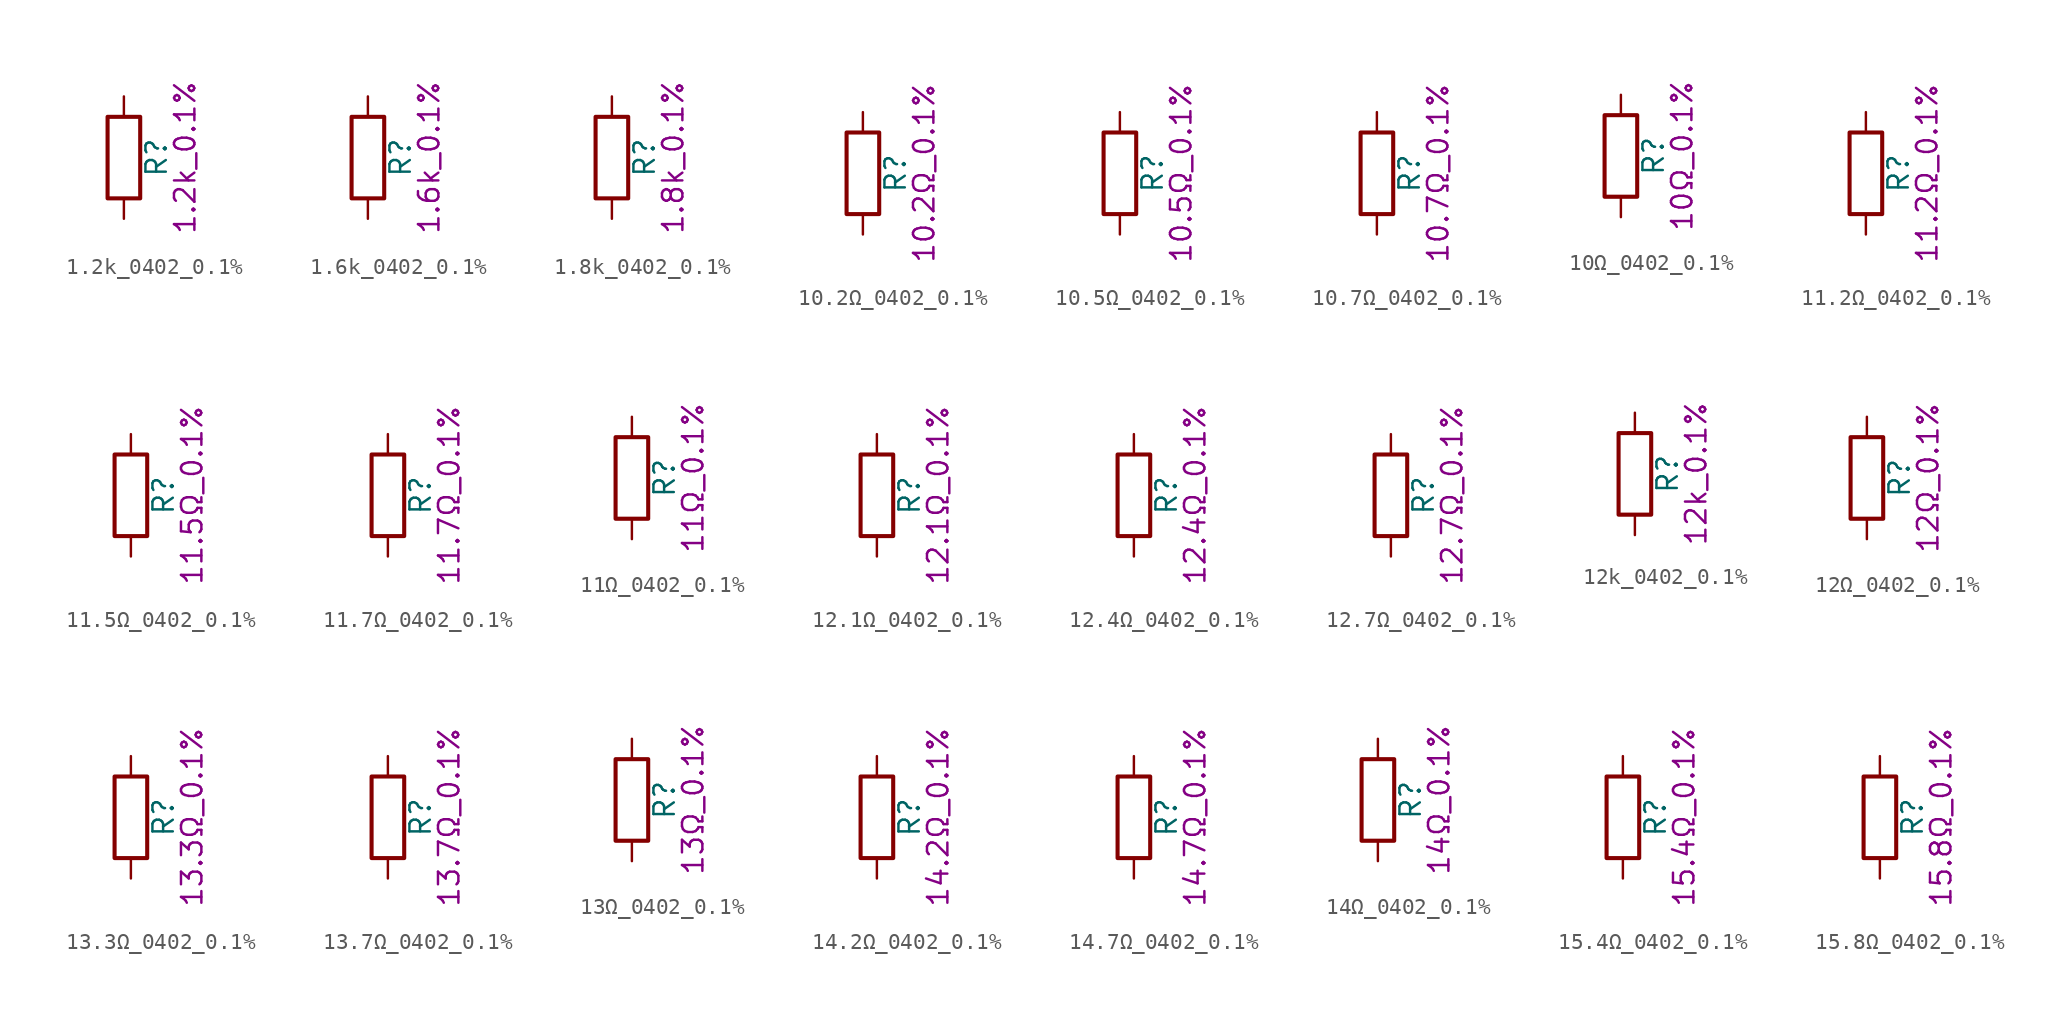
<source format=kicad_sym>
(kicad_symbol_lib
  (version 20211014)
  (generator kicad_symbol_editor)
  (symbol "1.2k_0402_0.1%"
    (pin_numbers hide)
    (pin_names
      (offset 0))
    (property "Reference" "R"
      (at 2.032 0 90)
      (effects (font (size 1.27 1.27))))
    (property "Display" "1.2k_0.1%"
      (at 3.81 0 90)
      (effects (font (size 1.27 1.27))))
    (symbol "1.2k_0402_0.1%_0_1"
      (rectangle (start -1.016 -2.54) (end 1.016 2.54) (stroke (width 0.254) (type default) (color 0 0 0 0)) (fill (type none))))
    (symbol "1.2k_0402_0.1%_1_1"
      (pin passive line (at 0 3.81 270) (length 1.27) (name "~" (effects (font (size 1.27 1.27)))) (number "1" (effects (font (size 1.27 1.27)))))
      (pin passive line (at 0 -3.81 90) (length 1.27) (name "~" (effects (font (size 1.27 1.27)))) (number "2" (effects (font (size 1.27 1.27)))))))
  (symbol "1.6k_0402_0.1%"
    (pin_numbers hide)
    (pin_names
      (offset 0))
    (property "Reference" "R"
      (at 2.032 0 90)
      (effects (font (size 1.27 1.27))))
    (property "Display" "1.6k_0.1%"
      (at 3.81 0 90)
      (effects (font (size 1.27 1.27))))
    (symbol "1.6k_0402_0.1%_0_1"
      (rectangle (start -1.016 -2.54) (end 1.016 2.54) (stroke (width 0.254) (type default) (color 0 0 0 0)) (fill (type none))))
    (symbol "1.6k_0402_0.1%_1_1"
      (pin passive line (at 0 3.81 270) (length 1.27) (name "~" (effects (font (size 1.27 1.27)))) (number "1" (effects (font (size 1.27 1.27)))))
      (pin passive line (at 0 -3.81 90) (length 1.27) (name "~" (effects (font (size 1.27 1.27)))) (number "2" (effects (font (size 1.27 1.27)))))))
  (symbol "1.8k_0402_0.1%"
    (pin_numbers hide)
    (pin_names
      (offset 0))
    (property "Reference" "R"
      (at 2.032 0 90)
      (effects (font (size 1.27 1.27))))
    (property "Display" "1.8k_0.1%"
      (at 3.81 0 90)
      (effects (font (size 1.27 1.27))))
    (symbol "1.8k_0402_0.1%_0_1"
      (rectangle (start -1.016 -2.54) (end 1.016 2.54) (stroke (width 0.254) (type default) (color 0 0 0 0)) (fill (type none))))
    (symbol "1.8k_0402_0.1%_1_1"
      (pin passive line (at 0 3.81 270) (length 1.27) (name "~" (effects (font (size 1.27 1.27)))) (number "1" (effects (font (size 1.27 1.27)))))
      (pin passive line (at 0 -3.81 90) (length 1.27) (name "~" (effects (font (size 1.27 1.27)))) (number "2" (effects (font (size 1.27 1.27)))))))
  (symbol "10.2Ω_0402_0.1%"
    (pin_numbers hide)
    (pin_names
      (offset 0))
    (property "Reference" "R"
      (at 2.032 0 90)
      (effects (font (size 1.27 1.27))))
    (property "Display" "10.2Ω_0.1%"
      (at 3.81 0 90)
      (effects (font (size 1.27 1.27))))
    (symbol "10.2Ω_0402_0.1%_0_1"
      (rectangle (start -1.016 -2.54) (end 1.016 2.54) (stroke (width 0.254) (type default) (color 0 0 0 0)) (fill (type none))))
    (symbol "10.2Ω_0402_0.1%_1_1"
      (pin passive line (at 0 3.81 270) (length 1.27) (name "~" (effects (font (size 1.27 1.27)))) (number "1" (effects (font (size 1.27 1.27)))))
      (pin passive line (at 0 -3.81 90) (length 1.27) (name "~" (effects (font (size 1.27 1.27)))) (number "2" (effects (font (size 1.27 1.27)))))))
  (symbol "10.5Ω_0402_0.1%"
    (pin_numbers hide)
    (pin_names
      (offset 0))
    (property "Reference" "R"
      (at 2.032 0 90)
      (effects (font (size 1.27 1.27))))
    (property "Display" "10.5Ω_0.1%"
      (at 3.81 0 90)
      (effects (font (size 1.27 1.27))))
    (symbol "10.5Ω_0402_0.1%_0_1"
      (rectangle (start -1.016 -2.54) (end 1.016 2.54) (stroke (width 0.254) (type default) (color 0 0 0 0)) (fill (type none))))
    (symbol "10.5Ω_0402_0.1%_1_1"
      (pin passive line (at 0 3.81 270) (length 1.27) (name "~" (effects (font (size 1.27 1.27)))) (number "1" (effects (font (size 1.27 1.27)))))
      (pin passive line (at 0 -3.81 90) (length 1.27) (name "~" (effects (font (size 1.27 1.27)))) (number "2" (effects (font (size 1.27 1.27)))))))
  (symbol "10.7Ω_0402_0.1%"
    (pin_numbers hide)
    (pin_names
      (offset 0))
    (property "Reference" "R"
      (at 2.032 0 90)
      (effects (font (size 1.27 1.27))))
    (property "Display" "10.7Ω_0.1%"
      (at 3.81 0 90)
      (effects (font (size 1.27 1.27))))
    (symbol "10.7Ω_0402_0.1%_0_1"
      (rectangle (start -1.016 -2.54) (end 1.016 2.54) (stroke (width 0.254) (type default) (color 0 0 0 0)) (fill (type none))))
    (symbol "10.7Ω_0402_0.1%_1_1"
      (pin passive line (at 0 3.81 270) (length 1.27) (name "~" (effects (font (size 1.27 1.27)))) (number "1" (effects (font (size 1.27 1.27)))))
      (pin passive line (at 0 -3.81 90) (length 1.27) (name "~" (effects (font (size 1.27 1.27)))) (number "2" (effects (font (size 1.27 1.27)))))))
  (symbol "10Ω_0402_0.1%"
    (pin_numbers hide)
    (pin_names
      (offset 0))
    (property "Reference" "R"
      (at 2.032 0 90)
      (effects (font (size 1.27 1.27))))
    (property "Display" "10Ω_0.1%"
      (at 3.81 0 90)
      (effects (font (size 1.27 1.27))))
    (symbol "10Ω_0402_0.1%_0_1"
      (rectangle (start -1.016 -2.54) (end 1.016 2.54) (stroke (width 0.254) (type default) (color 0 0 0 0)) (fill (type none))))
    (symbol "10Ω_0402_0.1%_1_1"
      (pin passive line (at 0 3.81 270) (length 1.27) (name "~" (effects (font (size 1.27 1.27)))) (number "1" (effects (font (size 1.27 1.27)))))
      (pin passive line (at 0 -3.81 90) (length 1.27) (name "~" (effects (font (size 1.27 1.27)))) (number "2" (effects (font (size 1.27 1.27)))))))
  (symbol "11.2Ω_0402_0.1%"
    (pin_numbers hide)
    (pin_names
      (offset 0))
    (property "Reference" "R"
      (at 2.032 0 90)
      (effects (font (size 1.27 1.27))))
    (property "Display" "11.2Ω_0.1%"
      (at 3.81 0 90)
      (effects (font (size 1.27 1.27))))
    (symbol "11.2Ω_0402_0.1%_0_1"
      (rectangle (start -1.016 -2.54) (end 1.016 2.54) (stroke (width 0.254) (type default) (color 0 0 0 0)) (fill (type none))))
    (symbol "11.2Ω_0402_0.1%_1_1"
      (pin passive line (at 0 3.81 270) (length 1.27) (name "~" (effects (font (size 1.27 1.27)))) (number "1" (effects (font (size 1.27 1.27)))))
      (pin passive line (at 0 -3.81 90) (length 1.27) (name "~" (effects (font (size 1.27 1.27)))) (number "2" (effects (font (size 1.27 1.27)))))))
  (symbol "11.5Ω_0402_0.1%"
    (pin_numbers hide)
    (pin_names
      (offset 0))
    (property "Reference" "R"
      (at 2.032 0 90)
      (effects (font (size 1.27 1.27))))
    (property "Display" "11.5Ω_0.1%"
      (at 3.81 0 90)
      (effects (font (size 1.27 1.27))))
    (symbol "11.5Ω_0402_0.1%_0_1"
      (rectangle (start -1.016 -2.54) (end 1.016 2.54) (stroke (width 0.254) (type default) (color 0 0 0 0)) (fill (type none))))
    (symbol "11.5Ω_0402_0.1%_1_1"
      (pin passive line (at 0 3.81 270) (length 1.27) (name "~" (effects (font (size 1.27 1.27)))) (number "1" (effects (font (size 1.27 1.27)))))
      (pin passive line (at 0 -3.81 90) (length 1.27) (name "~" (effects (font (size 1.27 1.27)))) (number "2" (effects (font (size 1.27 1.27)))))))
  (symbol "11.7Ω_0402_0.1%"
    (pin_numbers hide)
    (pin_names
      (offset 0))
    (property "Reference" "R"
      (at 2.032 0 90)
      (effects (font (size 1.27 1.27))))
    (property "Display" "11.7Ω_0.1%"
      (at 3.81 0 90)
      (effects (font (size 1.27 1.27))))
    (symbol "11.7Ω_0402_0.1%_0_1"
      (rectangle (start -1.016 -2.54) (end 1.016 2.54) (stroke (width 0.254) (type default) (color 0 0 0 0)) (fill (type none))))
    (symbol "11.7Ω_0402_0.1%_1_1"
      (pin passive line (at 0 3.81 270) (length 1.27) (name "~" (effects (font (size 1.27 1.27)))) (number "1" (effects (font (size 1.27 1.27)))))
      (pin passive line (at 0 -3.81 90) (length 1.27) (name "~" (effects (font (size 1.27 1.27)))) (number "2" (effects (font (size 1.27 1.27)))))))
  (symbol "11Ω_0402_0.1%"
    (pin_numbers hide)
    (pin_names
      (offset 0))
    (property "Reference" "R"
      (at 2.032 0 90)
      (effects (font (size 1.27 1.27))))
    (property "Display" "11Ω_0.1%"
      (at 3.81 0 90)
      (effects (font (size 1.27 1.27))))
    (symbol "11Ω_0402_0.1%_0_1"
      (rectangle (start -1.016 -2.54) (end 1.016 2.54) (stroke (width 0.254) (type default) (color 0 0 0 0)) (fill (type none))))
    (symbol "11Ω_0402_0.1%_1_1"
      (pin passive line (at 0 3.81 270) (length 1.27) (name "~" (effects (font (size 1.27 1.27)))) (number "1" (effects (font (size 1.27 1.27)))))
      (pin passive line (at 0 -3.81 90) (length 1.27) (name "~" (effects (font (size 1.27 1.27)))) (number "2" (effects (font (size 1.27 1.27)))))))
  (symbol "12.1Ω_0402_0.1%"
    (pin_numbers hide)
    (pin_names
      (offset 0))
    (property "Reference" "R"
      (at 2.032 0 90)
      (effects (font (size 1.27 1.27))))
    (property "Display" "12.1Ω_0.1%"
      (at 3.81 0 90)
      (effects (font (size 1.27 1.27))))
    (symbol "12.1Ω_0402_0.1%_0_1"
      (rectangle (start -1.016 -2.54) (end 1.016 2.54) (stroke (width 0.254) (type default) (color 0 0 0 0)) (fill (type none))))
    (symbol "12.1Ω_0402_0.1%_1_1"
      (pin passive line (at 0 3.81 270) (length 1.27) (name "~" (effects (font (size 1.27 1.27)))) (number "1" (effects (font (size 1.27 1.27)))))
      (pin passive line (at 0 -3.81 90) (length 1.27) (name "~" (effects (font (size 1.27 1.27)))) (number "2" (effects (font (size 1.27 1.27)))))))
  (symbol "12.4Ω_0402_0.1%"
    (pin_numbers hide)
    (pin_names
      (offset 0))
    (property "Reference" "R"
      (at 2.032 0 90)
      (effects (font (size 1.27 1.27))))
    (property "Display" "12.4Ω_0.1%"
      (at 3.81 0 90)
      (effects (font (size 1.27 1.27))))
    (symbol "12.4Ω_0402_0.1%_0_1"
      (rectangle (start -1.016 -2.54) (end 1.016 2.54) (stroke (width 0.254) (type default) (color 0 0 0 0)) (fill (type none))))
    (symbol "12.4Ω_0402_0.1%_1_1"
      (pin passive line (at 0 3.81 270) (length 1.27) (name "~" (effects (font (size 1.27 1.27)))) (number "1" (effects (font (size 1.27 1.27)))))
      (pin passive line (at 0 -3.81 90) (length 1.27) (name "~" (effects (font (size 1.27 1.27)))) (number "2" (effects (font (size 1.27 1.27)))))))
  (symbol "12.7Ω_0402_0.1%"
    (pin_numbers hide)
    (pin_names
      (offset 0))
    (property "Reference" "R"
      (at 2.032 0 90)
      (effects (font (size 1.27 1.27))))
    (property "Display" "12.7Ω_0.1%"
      (at 3.81 0 90)
      (effects (font (size 1.27 1.27))))
    (symbol "12.7Ω_0402_0.1%_0_1"
      (rectangle (start -1.016 -2.54) (end 1.016 2.54) (stroke (width 0.254) (type default) (color 0 0 0 0)) (fill (type none))))
    (symbol "12.7Ω_0402_0.1%_1_1"
      (pin passive line (at 0 3.81 270) (length 1.27) (name "~" (effects (font (size 1.27 1.27)))) (number "1" (effects (font (size 1.27 1.27)))))
      (pin passive line (at 0 -3.81 90) (length 1.27) (name "~" (effects (font (size 1.27 1.27)))) (number "2" (effects (font (size 1.27 1.27)))))))
  (symbol "12k_0402_0.1%"
    (pin_numbers hide)
    (pin_names
      (offset 0))
    (property "Reference" "R"
      (at 2.032 0 90)
      (effects (font (size 1.27 1.27))))
    (property "Display" "12k_0.1%"
      (at 3.81 0 90)
      (effects (font (size 1.27 1.27))))
    (symbol "12k_0402_0.1%_0_1"
      (rectangle (start -1.016 -2.54) (end 1.016 2.54) (stroke (width 0.254) (type default) (color 0 0 0 0)) (fill (type none))))
    (symbol "12k_0402_0.1%_1_1"
      (pin passive line (at 0 3.81 270) (length 1.27) (name "~" (effects (font (size 1.27 1.27)))) (number "1" (effects (font (size 1.27 1.27)))))
      (pin passive line (at 0 -3.81 90) (length 1.27) (name "~" (effects (font (size 1.27 1.27)))) (number "2" (effects (font (size 1.27 1.27)))))))
  (symbol "12Ω_0402_0.1%"
    (pin_numbers hide)
    (pin_names
      (offset 0))
    (property "Reference" "R"
      (at 2.032 0 90)
      (effects (font (size 1.27 1.27))))
    (property "Display" "12Ω_0.1%"
      (at 3.81 0 90)
      (effects (font (size 1.27 1.27))))
    (symbol "12Ω_0402_0.1%_0_1"
      (rectangle (start -1.016 -2.54) (end 1.016 2.54) (stroke (width 0.254) (type default) (color 0 0 0 0)) (fill (type none))))
    (symbol "12Ω_0402_0.1%_1_1"
      (pin passive line (at 0 3.81 270) (length 1.27) (name "~" (effects (font (size 1.27 1.27)))) (number "1" (effects (font (size 1.27 1.27)))))
      (pin passive line (at 0 -3.81 90) (length 1.27) (name "~" (effects (font (size 1.27 1.27)))) (number "2" (effects (font (size 1.27 1.27)))))))
  (symbol "13.3Ω_0402_0.1%"
    (pin_numbers hide)
    (pin_names
      (offset 0))
    (property "Reference" "R"
      (at 2.032 0 90)
      (effects (font (size 1.27 1.27))))
    (property "Display" "13.3Ω_0.1%"
      (at 3.81 0 90)
      (effects (font (size 1.27 1.27))))
    (symbol "13.3Ω_0402_0.1%_0_1"
      (rectangle (start -1.016 -2.54) (end 1.016 2.54) (stroke (width 0.254) (type default) (color 0 0 0 0)) (fill (type none))))
    (symbol "13.3Ω_0402_0.1%_1_1"
      (pin passive line (at 0 3.81 270) (length 1.27) (name "~" (effects (font (size 1.27 1.27)))) (number "1" (effects (font (size 1.27 1.27)))))
      (pin passive line (at 0 -3.81 90) (length 1.27) (name "~" (effects (font (size 1.27 1.27)))) (number "2" (effects (font (size 1.27 1.27)))))))
  (symbol "13.7Ω_0402_0.1%"
    (pin_numbers hide)
    (pin_names
      (offset 0))
    (property "Reference" "R"
      (at 2.032 0 90)
      (effects (font (size 1.27 1.27))))
    (property "Display" "13.7Ω_0.1%"
      (at 3.81 0 90)
      (effects (font (size 1.27 1.27))))
    (symbol "13.7Ω_0402_0.1%_0_1"
      (rectangle (start -1.016 -2.54) (end 1.016 2.54) (stroke (width 0.254) (type default) (color 0 0 0 0)) (fill (type none))))
    (symbol "13.7Ω_0402_0.1%_1_1"
      (pin passive line (at 0 3.81 270) (length 1.27) (name "~" (effects (font (size 1.27 1.27)))) (number "1" (effects (font (size 1.27 1.27)))))
      (pin passive line (at 0 -3.81 90) (length 1.27) (name "~" (effects (font (size 1.27 1.27)))) (number "2" (effects (font (size 1.27 1.27)))))))
  (symbol "13Ω_0402_0.1%"
    (pin_numbers hide)
    (pin_names
      (offset 0))
    (property "Reference" "R"
      (at 2.032 0 90)
      (effects (font (size 1.27 1.27))))
    (property "Display" "13Ω_0.1%"
      (at 3.81 0 90)
      (effects (font (size 1.27 1.27))))
    (symbol "13Ω_0402_0.1%_0_1"
      (rectangle (start -1.016 -2.54) (end 1.016 2.54) (stroke (width 0.254) (type default) (color 0 0 0 0)) (fill (type none))))
    (symbol "13Ω_0402_0.1%_1_1"
      (pin passive line (at 0 3.81 270) (length 1.27) (name "~" (effects (font (size 1.27 1.27)))) (number "1" (effects (font (size 1.27 1.27)))))
      (pin passive line (at 0 -3.81 90) (length 1.27) (name "~" (effects (font (size 1.27 1.27)))) (number "2" (effects (font (size 1.27 1.27)))))))
  (symbol "14.2Ω_0402_0.1%"
    (pin_numbers hide)
    (pin_names
      (offset 0))
    (property "Reference" "R"
      (at 2.032 0 90)
      (effects (font (size 1.27 1.27))))
    (property "Display" "14.2Ω_0.1%"
      (at 3.81 0 90)
      (effects (font (size 1.27 1.27))))
    (symbol "14.2Ω_0402_0.1%_0_1"
      (rectangle (start -1.016 -2.54) (end 1.016 2.54) (stroke (width 0.254) (type default) (color 0 0 0 0)) (fill (type none))))
    (symbol "14.2Ω_0402_0.1%_1_1"
      (pin passive line (at 0 3.81 270) (length 1.27) (name "~" (effects (font (size 1.27 1.27)))) (number "1" (effects (font (size 1.27 1.27)))))
      (pin passive line (at 0 -3.81 90) (length 1.27) (name "~" (effects (font (size 1.27 1.27)))) (number "2" (effects (font (size 1.27 1.27)))))))
  (symbol "14.7Ω_0402_0.1%"
    (pin_numbers hide)
    (pin_names
      (offset 0))
    (property "Reference" "R"
      (at 2.032 0 90)
      (effects (font (size 1.27 1.27))))
    (property "Display" "14.7Ω_0.1%"
      (at 3.81 0 90)
      (effects (font (size 1.27 1.27))))
    (symbol "14.7Ω_0402_0.1%_0_1"
      (rectangle (start -1.016 -2.54) (end 1.016 2.54) (stroke (width 0.254) (type default) (color 0 0 0 0)) (fill (type none))))
    (symbol "14.7Ω_0402_0.1%_1_1"
      (pin passive line (at 0 3.81 270) (length 1.27) (name "~" (effects (font (size 1.27 1.27)))) (number "1" (effects (font (size 1.27 1.27)))))
      (pin passive line (at 0 -3.81 90) (length 1.27) (name "~" (effects (font (size 1.27 1.27)))) (number "2" (effects (font (size 1.27 1.27)))))))
  (symbol "14Ω_0402_0.1%"
    (pin_numbers hide)
    (pin_names
      (offset 0))
    (property "Reference" "R"
      (at 2.032 0 90)
      (effects (font (size 1.27 1.27))))
    (property "Display" "14Ω_0.1%"
      (at 3.81 0 90)
      (effects (font (size 1.27 1.27))))
    (symbol "14Ω_0402_0.1%_0_1"
      (rectangle (start -1.016 -2.54) (end 1.016 2.54) (stroke (width 0.254) (type default) (color 0 0 0 0)) (fill (type none))))
    (symbol "14Ω_0402_0.1%_1_1"
      (pin passive line (at 0 3.81 270) (length 1.27) (name "~" (effects (font (size 1.27 1.27)))) (number "1" (effects (font (size 1.27 1.27)))))
      (pin passive line (at 0 -3.81 90) (length 1.27) (name "~" (effects (font (size 1.27 1.27)))) (number "2" (effects (font (size 1.27 1.27)))))))
  (symbol "15.4Ω_0402_0.1%"
    (pin_numbers hide)
    (pin_names
      (offset 0))
    (property "Reference" "R"
      (at 2.032 0 90)
      (effects (font (size 1.27 1.27))))
    (property "Display" "15.4Ω_0.1%"
      (at 3.81 0 90)
      (effects (font (size 1.27 1.27))))
    (symbol "15.4Ω_0402_0.1%_0_1"
      (rectangle (start -1.016 -2.54) (end 1.016 2.54) (stroke (width 0.254) (type default) (color 0 0 0 0)) (fill (type none))))
    (symbol "15.4Ω_0402_0.1%_1_1"
      (pin passive line (at 0 3.81 270) (length 1.27) (name "~" (effects (font (size 1.27 1.27)))) (number "1" (effects (font (size 1.27 1.27)))))
      (pin passive line (at 0 -3.81 90) (length 1.27) (name "~" (effects (font (size 1.27 1.27)))) (number "2" (effects (font (size 1.27 1.27)))))))
  (symbol "15.8Ω_0402_0.1%"
    (pin_numbers hide)
    (pin_names
      (offset 0))
    (property "Reference" "R"
      (at 2.032 0 90)
      (effects (font (size 1.27 1.27))))
    (property "Display" "15.8Ω_0.1%"
      (at 3.81 0 90)
      (effects (font (size 1.27 1.27))))
    (symbol "15.8Ω_0402_0.1%_0_1"
      (rectangle (start -1.016 -2.54) (end 1.016 2.54) (stroke (width 0.254) (type default) (color 0 0 0 0)) (fill (type none))))
    (symbol "15.8Ω_0402_0.1%_1_1"
      (pin passive line (at 0 3.81 270) (length 1.27) (name "~" (effects (font (size 1.27 1.27)))) (number "1" (effects (font (size 1.27 1.27)))))
      (pin passive line (at 0 -3.81 90) (length 1.27) (name "~" (effects (font (size 1.27 1.27)))) (number "2" (effects (font (size 1.27 1.27))))))))
</source>
